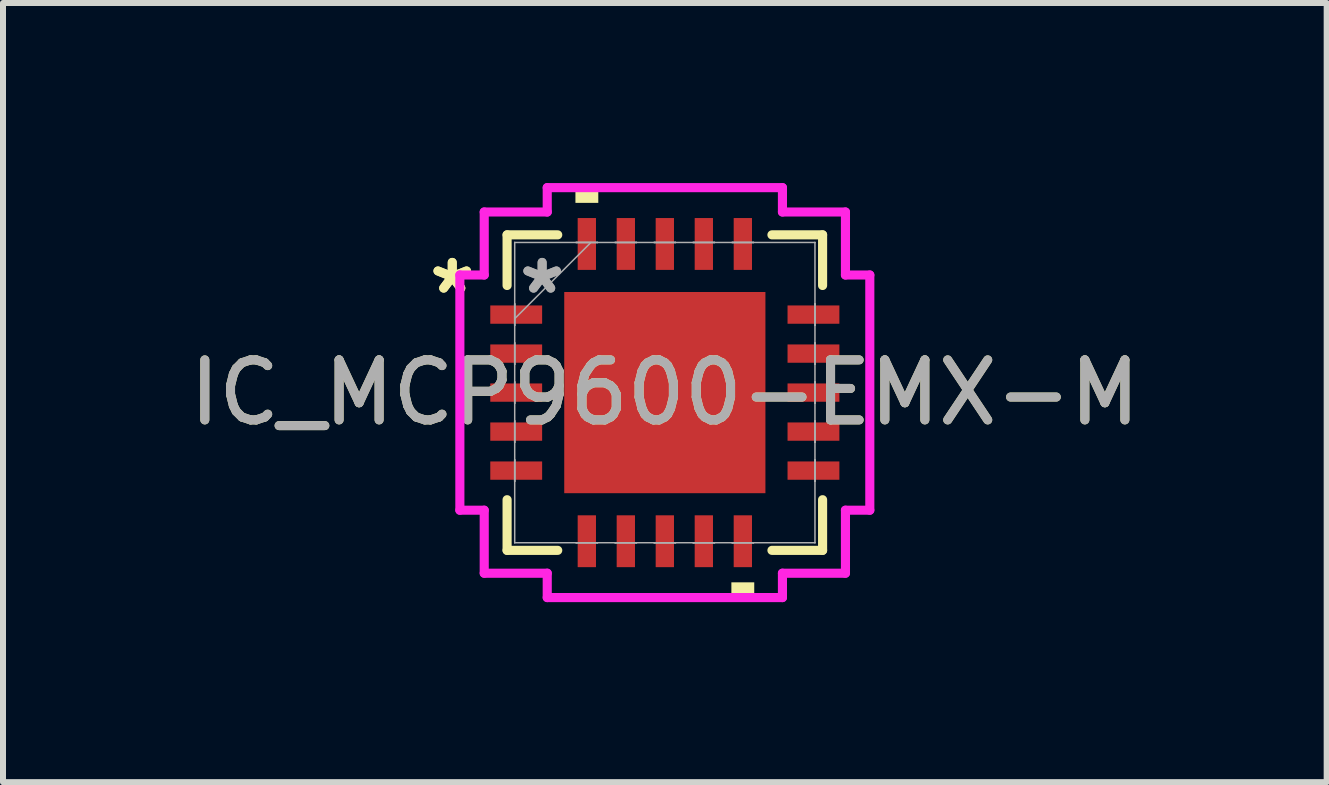
<source format=kicad_pcb>
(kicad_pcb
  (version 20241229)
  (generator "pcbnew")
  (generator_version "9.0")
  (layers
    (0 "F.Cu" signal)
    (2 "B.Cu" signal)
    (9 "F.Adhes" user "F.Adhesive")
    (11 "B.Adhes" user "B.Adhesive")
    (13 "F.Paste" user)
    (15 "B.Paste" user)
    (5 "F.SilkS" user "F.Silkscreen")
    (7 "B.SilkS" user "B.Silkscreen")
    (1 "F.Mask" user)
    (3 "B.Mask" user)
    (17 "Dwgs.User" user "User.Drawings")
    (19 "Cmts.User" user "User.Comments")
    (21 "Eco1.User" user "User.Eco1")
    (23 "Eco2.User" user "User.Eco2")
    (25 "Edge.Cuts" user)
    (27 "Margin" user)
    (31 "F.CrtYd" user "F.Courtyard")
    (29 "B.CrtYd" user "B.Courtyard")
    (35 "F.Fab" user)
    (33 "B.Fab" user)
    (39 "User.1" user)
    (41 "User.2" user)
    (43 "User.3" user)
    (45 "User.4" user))
  (footprint "IC_MCP9600-EMX-M"
    (layer "F.Cu")
    (at 8.03 3.493)
    (property "Reference" "IC_MCP9600-EMX-M" (at 0 0 0) (unlocked yes) (layer "F.SilkS") (effects (font (size 1 1) (thickness 0.15))))
    (attr smd)
    (fp_line (start -2.629 -2.629) (end -2.629 -1.785) (stroke (width 0.152) (type solid)) (layer "F.SilkS"))
    (fp_line (start -2.629 1.785) (end -2.629 2.629) (stroke (width 0.152) (type solid)) (layer "F.SilkS"))
    (fp_line (start -2.629 2.629) (end -1.785 2.629) (stroke (width 0.152) (type solid)) (layer "F.SilkS"))
    (fp_line (start -1.785 -2.629) (end -2.629 -2.629) (stroke (width 0.152) (type solid)) (layer "F.SilkS"))
    (fp_line (start 1.785 2.629) (end 2.629 2.629) (stroke (width 0.152) (type solid)) (layer "F.SilkS"))
    (fp_line (start 2.629 -2.629) (end 1.785 -2.629) (stroke (width 0.152) (type solid)) (layer "F.SilkS"))
    (fp_line (start 2.629 -1.785) (end 2.629 -2.629) (stroke (width 0.152) (type solid)) (layer "F.SilkS"))
    (fp_line (start 2.629 2.629) (end 2.629 1.785) (stroke (width 0.152) (type solid)) (layer "F.SilkS"))
    (fp_poly (pts (xy -1.49 -3.162) (xy -1.49 -3.416) (xy -1.109 -3.416) (xy -1.109 -3.162)) (stroke (width 0) (type solid)) (fill yes) (layer "F.SilkS"))
    (fp_poly (pts (xy 1.109 3.162) (xy 1.109 3.416) (xy 1.49 3.416) (xy 1.49 3.162)) (stroke (width 0) (type solid)) (fill yes) (layer "F.SilkS"))
    (fp_poly (pts (xy -1.576 -1.576) (xy -1.576 -0.1) (xy -0.1 -0.1) (xy -0.1 -1.576)) (stroke (width 0) (type solid)) (fill yes) (layer "F.Paste"))
    (fp_poly (pts (xy -1.576 0.1) (xy -1.576 1.576) (xy -0.1 1.576) (xy -0.1 0.1)) (stroke (width 0) (type solid)) (fill yes) (layer "F.Paste"))
    (fp_poly (pts (xy 0.1 -1.576) (xy 0.1 -0.1) (xy 1.576 -0.1) (xy 1.576 -1.576)) (stroke (width 0) (type solid)) (fill yes) (layer "F.Paste"))
    (fp_poly (pts (xy 0.1 0.1) (xy 0.1 1.576) (xy 1.576 1.576) (xy 1.576 0.1)) (stroke (width 0) (type solid)) (fill yes) (layer "F.Paste"))
    (fp_line (start -3.416 -1.96) (end -3.01 -1.96) (stroke (width 0.152) (type solid)) (layer "F.CrtYd"))
    (fp_line (start -3.416 1.96) (end -3.416 -1.96) (stroke (width 0.152) (type solid)) (layer "F.CrtYd"))
    (fp_line (start -3.01 -3.01) (end -1.96 -3.01) (stroke (width 0.152) (type solid)) (layer "F.CrtYd"))
    (fp_line (start -3.01 -1.96) (end -3.01 -3.01) (stroke (width 0.152) (type solid)) (layer "F.CrtYd"))
    (fp_line (start -3.01 1.96) (end -3.416 1.96) (stroke (width 0.152) (type solid)) (layer "F.CrtYd"))
    (fp_line (start -3.01 3.01) (end -3.01 1.96) (stroke (width 0.152) (type solid)) (layer "F.CrtYd"))
    (fp_line (start -1.96 -3.416) (end 1.96 -3.416) (stroke (width 0.152) (type solid)) (layer "F.CrtYd"))
    (fp_line (start -1.96 -3.01) (end -1.96 -3.416) (stroke (width 0.152) (type solid)) (layer "F.CrtYd"))
    (fp_line (start -1.96 3.01) (end -3.01 3.01) (stroke (width 0.152) (type solid)) (layer "F.CrtYd"))
    (fp_line (start -1.96 3.416) (end -1.96 3.01) (stroke (width 0.152) (type solid)) (layer "F.CrtYd"))
    (fp_line (start 1.96 -3.416) (end 1.96 -3.01) (stroke (width 0.152) (type solid)) (layer "F.CrtYd"))
    (fp_line (start 1.96 -3.01) (end 3.01 -3.01) (stroke (width 0.152) (type solid)) (layer "F.CrtYd"))
    (fp_line (start 1.96 3.01) (end 1.96 3.416) (stroke (width 0.152) (type solid)) (layer "F.CrtYd"))
    (fp_line (start 1.96 3.416) (end -1.96 3.416) (stroke (width 0.152) (type solid)) (layer "F.CrtYd"))
    (fp_line (start 3.01 -3.01) (end 3.01 -1.96) (stroke (width 0.152) (type solid)) (layer "F.CrtYd"))
    (fp_line (start 3.01 -1.96) (end 3.416 -1.96) (stroke (width 0.152) (type solid)) (layer "F.CrtYd"))
    (fp_line (start 3.01 1.96) (end 3.01 3.01) (stroke (width 0.152) (type solid)) (layer "F.CrtYd"))
    (fp_line (start 3.01 3.01) (end 1.96 3.01) (stroke (width 0.152) (type solid)) (layer "F.CrtYd"))
    (fp_line (start 3.416 -1.96) (end 3.416 1.96) (stroke (width 0.152) (type solid)) (layer "F.CrtYd"))
    (fp_line (start 3.416 1.96) (end 3.01 1.96) (stroke (width 0.152) (type solid)) (layer "F.CrtYd"))
    (fp_line (start -2.502 -2.502) (end -2.502 -2.502) (stroke (width 0.025) (type solid)) (layer "F.Fab"))
    (fp_line (start -2.502 -2.502) (end -2.502 2.502) (stroke (width 0.025) (type solid)) (layer "F.Fab"))
    (fp_line (start -2.502 -1.478) (end -2.502 -1.478) (stroke (width 0.025) (type solid)) (layer "F.Fab"))
    (fp_line (start -2.502 -1.478) (end -2.502 -1.122) (stroke (width 0.025) (type solid)) (layer "F.Fab"))
    (fp_line (start -2.502 -1.232) (end -1.232 -2.502) (stroke (width 0.025) (type solid)) (layer "F.Fab"))
    (fp_line (start -2.502 -1.122) (end -2.502 -1.478) (stroke (width 0.025) (type solid)) (layer "F.Fab"))
    (fp_line (start -2.502 -1.122) (end -2.502 -1.122) (stroke (width 0.025) (type solid)) (layer "F.Fab"))
    (fp_line (start -2.502 -0.828) (end -2.502 -0.828) (stroke (width 0.025) (type solid)) (layer "F.Fab"))
    (fp_line (start -2.502 -0.828) (end -2.502 -0.472) (stroke (width 0.025) (type solid)) (layer "F.Fab"))
    (fp_line (start -2.502 -0.472) (end -2.502 -0.828) (stroke (width 0.025) (type solid)) (layer "F.Fab"))
    (fp_line (start -2.502 -0.472) (end -2.502 -0.472) (stroke (width 0.025) (type solid)) (layer "F.Fab"))
    (fp_line (start -2.502 -0.178) (end -2.502 -0.178) (stroke (width 0.025) (type solid)) (layer "F.Fab"))
    (fp_line (start -2.502 -0.178) (end -2.502 0.178) (stroke (width 0.025) (type solid)) (layer "F.Fab"))
    (fp_line (start -2.502 0.178) (end -2.502 -0.178) (stroke (width 0.025) (type solid)) (layer "F.Fab"))
    (fp_line (start -2.502 0.178) (end -2.502 0.178) (stroke (width 0.025) (type solid)) (layer "F.Fab"))
    (fp_line (start -2.502 0.472) (end -2.502 0.472) (stroke (width 0.025) (type solid)) (layer "F.Fab"))
    (fp_line (start -2.502 0.472) (end -2.502 0.828) (stroke (width 0.025) (type solid)) (layer "F.Fab"))
    (fp_line (start -2.502 0.828) (end -2.502 0.472) (stroke (width 0.025) (type solid)) (layer "F.Fab"))
    (fp_line (start -2.502 0.828) (end -2.502 0.828) (stroke (width 0.025) (type solid)) (layer "F.Fab"))
    (fp_line (start -2.502 1.122) (end -2.502 1.122) (stroke (width 0.025) (type solid)) (layer "F.Fab"))
    (fp_line (start -2.502 1.122) (end -2.502 1.478) (stroke (width 0.025) (type solid)) (layer "F.Fab"))
    (fp_line (start -2.502 1.478) (end -2.502 1.122) (stroke (width 0.025) (type solid)) (layer "F.Fab"))
    (fp_line (start -2.502 1.478) (end -2.502 1.478) (stroke (width 0.025) (type solid)) (layer "F.Fab"))
    (fp_line (start -2.502 2.502) (end -2.502 2.502) (stroke (width 0.025) (type solid)) (layer "F.Fab"))
    (fp_line (start -2.502 2.502) (end 2.502 2.502) (stroke (width 0.025) (type solid)) (layer "F.Fab"))
    (fp_line (start -1.478 -2.502) (end -1.478 -2.502) (stroke (width 0.025) (type solid)) (layer "F.Fab"))
    (fp_line (start -1.478 -2.502) (end -1.122 -2.502) (stroke (width 0.025) (type solid)) (layer "F.Fab"))
    (fp_line (start -1.478 2.502) (end -1.478 2.502) (stroke (width 0.025) (type solid)) (layer "F.Fab"))
    (fp_line (start -1.478 2.502) (end -1.122 2.502) (stroke (width 0.025) (type solid)) (layer "F.Fab"))
    (fp_line (start -1.122 -2.502) (end -1.478 -2.502) (stroke (width 0.025) (type solid)) (layer "F.Fab"))
    (fp_line (start -1.122 -2.502) (end -1.122 -2.502) (stroke (width 0.025) (type solid)) (layer "F.Fab"))
    (fp_line (start -1.122 2.502) (end -1.478 2.502) (stroke (width 0.025) (type solid)) (layer "F.Fab"))
    (fp_line (start -1.122 2.502) (end -1.122 2.502) (stroke (width 0.025) (type solid)) (layer "F.Fab"))
    (fp_line (start -0.828 -2.502) (end -0.828 -2.502) (stroke (width 0.025) (type solid)) (layer "F.Fab"))
    (fp_line (start -0.828 -2.502) (end -0.472 -2.502) (stroke (width 0.025) (type solid)) (layer "F.Fab"))
    (fp_line (start -0.828 2.502) (end -0.828 2.502) (stroke (width 0.025) (type solid)) (layer "F.Fab"))
    (fp_line (start -0.828 2.502) (end -0.472 2.502) (stroke (width 0.025) (type solid)) (layer "F.Fab"))
    (fp_line (start -0.472 -2.502) (end -0.828 -2.502) (stroke (width 0.025) (type solid)) (layer "F.Fab"))
    (fp_line (start -0.472 -2.502) (end -0.472 -2.502) (stroke (width 0.025) (type solid)) (layer "F.Fab"))
    (fp_line (start -0.472 2.502) (end -0.828 2.502) (stroke (width 0.025) (type solid)) (layer "F.Fab"))
    (fp_line (start -0.472 2.502) (end -0.472 2.502) (stroke (width 0.025) (type solid)) (layer "F.Fab"))
    (fp_line (start -0.178 -2.502) (end -0.178 -2.502) (stroke (width 0.025) (type solid)) (layer "F.Fab"))
    (fp_line (start -0.178 -2.502) (end 0.178 -2.502) (stroke (width 0.025) (type solid)) (layer "F.Fab"))
    (fp_line (start -0.178 2.502) (end -0.178 2.502) (stroke (width 0.025) (type solid)) (layer "F.Fab"))
    (fp_line (start -0.178 2.502) (end 0.178 2.502) (stroke (width 0.025) (type solid)) (layer "F.Fab"))
    (fp_line (start 0.178 -2.502) (end -0.178 -2.502) (stroke (width 0.025) (type solid)) (layer "F.Fab"))
    (fp_line (start 0.178 -2.502) (end 0.178 -2.502) (stroke (width 0.025) (type solid)) (layer "F.Fab"))
    (fp_line (start 0.178 2.502) (end -0.178 2.502) (stroke (width 0.025) (type solid)) (layer "F.Fab"))
    (fp_line (start 0.178 2.502) (end 0.178 2.502) (stroke (width 0.025) (type solid)) (layer "F.Fab"))
    (fp_line (start 0.472 -2.502) (end 0.472 -2.502) (stroke (width 0.025) (type solid)) (layer "F.Fab"))
    (fp_line (start 0.472 -2.502) (end 0.828 -2.502) (stroke (width 0.025) (type solid)) (layer "F.Fab"))
    (fp_line (start 0.472 2.502) (end 0.472 2.502) (stroke (width 0.025) (type solid)) (layer "F.Fab"))
    (fp_line (start 0.472 2.502) (end 0.828 2.502) (stroke (width 0.025) (type solid)) (layer "F.Fab"))
    (fp_line (start 0.828 -2.502) (end 0.472 -2.502) (stroke (width 0.025) (type solid)) (layer "F.Fab"))
    (fp_line (start 0.828 -2.502) (end 0.828 -2.502) (stroke (width 0.025) (type solid)) (layer "F.Fab"))
    (fp_line (start 0.828 2.502) (end 0.472 2.502) (stroke (width 0.025) (type solid)) (layer "F.Fab"))
    (fp_line (start 0.828 2.502) (end 0.828 2.502) (stroke (width 0.025) (type solid)) (layer "F.Fab"))
    (fp_line (start 1.122 -2.502) (end 1.122 -2.502) (stroke (width 0.025) (type solid)) (layer "F.Fab"))
    (fp_line (start 1.122 -2.502) (end 1.478 -2.502) (stroke (width 0.025) (type solid)) (layer "F.Fab"))
    (fp_line (start 1.122 2.502) (end 1.122 2.502) (stroke (width 0.025) (type solid)) (layer "F.Fab"))
    (fp_line (start 1.122 2.502) (end 1.478 2.502) (stroke (width 0.025) (type solid)) (layer "F.Fab"))
    (fp_line (start 1.478 -2.502) (end 1.122 -2.502) (stroke (width 0.025) (type solid)) (layer "F.Fab"))
    (fp_line (start 1.478 -2.502) (end 1.478 -2.502) (stroke (width 0.025) (type solid)) (layer "F.Fab"))
    (fp_line (start 1.478 2.502) (end 1.122 2.502) (stroke (width 0.025) (type solid)) (layer "F.Fab"))
    (fp_line (start 1.478 2.502) (end 1.478 2.502) (stroke (width 0.025) (type solid)) (layer "F.Fab"))
    (fp_line (start 2.502 -2.502) (end -2.502 -2.502) (stroke (width 0.025) (type solid)) (layer "F.Fab"))
    (fp_line (start 2.502 -2.502) (end 2.502 -2.502) (stroke (width 0.025) (type solid)) (layer "F.Fab"))
    (fp_line (start 2.502 -1.478) (end 2.502 -1.478) (stroke (width 0.025) (type solid)) (layer "F.Fab"))
    (fp_line (start 2.502 -1.478) (end 2.502 -1.122) (stroke (width 0.025) (type solid)) (layer "F.Fab"))
    (fp_line (start 2.502 -1.122) (end 2.502 -1.478) (stroke (width 0.025) (type solid)) (layer "F.Fab"))
    (fp_line (start 2.502 -1.122) (end 2.502 -1.122) (stroke (width 0.025) (type solid)) (layer "F.Fab"))
    (fp_line (start 2.502 -0.828) (end 2.502 -0.828) (stroke (width 0.025) (type solid)) (layer "F.Fab"))
    (fp_line (start 2.502 -0.828) (end 2.502 -0.472) (stroke (width 0.025) (type solid)) (layer "F.Fab"))
    (fp_line (start 2.502 -0.472) (end 2.502 -0.828) (stroke (width 0.025) (type solid)) (layer "F.Fab"))
    (fp_line (start 2.502 -0.472) (end 2.502 -0.472) (stroke (width 0.025) (type solid)) (layer "F.Fab"))
    (fp_line (start 2.502 -0.178) (end 2.502 -0.178) (stroke (width 0.025) (type solid)) (layer "F.Fab"))
    (fp_line (start 2.502 -0.178) (end 2.502 0.178) (stroke (width 0.025) (type solid)) (layer "F.Fab"))
    (fp_line (start 2.502 0.178) (end 2.502 -0.178) (stroke (width 0.025) (type solid)) (layer "F.Fab"))
    (fp_line (start 2.502 0.178) (end 2.502 0.178) (stroke (width 0.025) (type solid)) (layer "F.Fab"))
    (fp_line (start 2.502 0.472) (end 2.502 0.472) (stroke (width 0.025) (type solid)) (layer "F.Fab"))
    (fp_line (start 2.502 0.472) (end 2.502 0.828) (stroke (width 0.025) (type solid)) (layer "F.Fab"))
    (fp_line (start 2.502 0.828) (end 2.502 0.472) (stroke (width 0.025) (type solid)) (layer "F.Fab"))
    (fp_line (start 2.502 0.828) (end 2.502 0.828) (stroke (width 0.025) (type solid)) (layer "F.Fab"))
    (fp_line (start 2.502 1.122) (end 2.502 1.122) (stroke (width 0.025) (type solid)) (layer "F.Fab"))
    (fp_line (start 2.502 1.122) (end 2.502 1.478) (stroke (width 0.025) (type solid)) (layer "F.Fab"))
    (fp_line (start 2.502 1.478) (end 2.502 1.122) (stroke (width 0.025) (type solid)) (layer "F.Fab"))
    (fp_line (start 2.502 1.478) (end 2.502 1.478) (stroke (width 0.025) (type solid)) (layer "F.Fab"))
    (fp_line (start 2.502 2.502) (end 2.502 -2.502) (stroke (width 0.025) (type solid)) (layer "F.Fab"))
    (fp_line (start 2.502 2.502) (end 2.502 2.502) (stroke (width 0.025) (type solid)) (layer "F.Fab"))
    (fp_text user "*" (at -3.543 -1.625 0) (layer "F.SilkS") (effects (font (size 1 1) (thickness 0.15))))
    (fp_text user "*" (at -3.543 -1.625 0) (unlocked yes) (layer "F.SilkS") (effects (font (size 1 1) (thickness 0.15))))
    (fp_text user "${REFERENCE}" (at 0 0 0) (unlocked yes) (layer "F.Fab") (effects (font (size 1 1) (thickness 0.15))))
    (fp_text user "*" (at -2.045 -1.625 0) (unlocked yes) (layer "F.Fab") (effects (font (size 1 1) (thickness 0.15))))
    (fp_text user "*" (at -2.045 -1.625 0) (layer "F.Fab") (effects (font (size 1 1) (thickness 0.15))))
    (pad "1" smd rect (at -2.477 -1.3 90) (size 0.305 0.864) (layers "F.Cu" "F.Mask" "F.Paste"))
    (pad "2" smd rect (at -2.477 -0.65 90) (size 0.305 0.864) (layers "F.Cu" "F.Mask" "F.Paste"))
    (pad "3" smd rect (at -2.477 0 90) (size 0.305 0.864) (layers "F.Cu" "F.Mask" "F.Paste"))
    (pad "4" smd rect (at -2.477 0.65 90) (size 0.305 0.864) (layers "F.Cu" "F.Mask" "F.Paste"))
    (pad "5" smd rect (at -2.477 1.3 90) (size 0.305 0.864) (layers "F.Cu" "F.Mask" "F.Paste"))
    (pad "6" smd rect (at -1.3 2.477) (size 0.305 0.864) (layers "F.Cu" "F.Mask" "F.Paste"))
    (pad "7" smd rect (at -0.65 2.477) (size 0.305 0.864) (layers "F.Cu" "F.Mask" "F.Paste"))
    (pad "8" smd rect (at 0 2.477) (size 0.305 0.864) (layers "F.Cu" "F.Mask" "F.Paste"))
    (pad "9" smd rect (at 0.65 2.477) (size 0.305 0.864) (layers "F.Cu" "F.Mask" "F.Paste"))
    (pad "10" smd rect (at 1.3 2.477) (size 0.305 0.864) (layers "F.Cu" "F.Mask" "F.Paste"))
    (pad "11" smd rect (at 2.477 1.3 90) (size 0.305 0.864) (layers "F.Cu" "F.Mask" "F.Paste"))
    (pad "12" smd rect (at 2.477 0.65 90) (size 0.305 0.864) (layers "F.Cu" "F.Mask" "F.Paste"))
    (pad "13" smd rect (at 2.477 0 90) (size 0.305 0.864) (layers "F.Cu" "F.Mask" "F.Paste"))
    (pad "14" smd rect (at 2.477 -0.65 90) (size 0.305 0.864) (layers "F.Cu" "F.Mask" "F.Paste"))
    (pad "15" smd rect (at 2.477 -1.3 90) (size 0.305 0.864) (layers "F.Cu" "F.Mask" "F.Paste"))
    (pad "16" smd rect (at 1.3 -2.477) (size 0.305 0.864) (layers "F.Cu" "F.Mask" "F.Paste"))
    (pad "17" smd rect (at 0.65 -2.477) (size 0.305 0.864) (layers "F.Cu" "F.Mask" "F.Paste"))
    (pad "18" smd rect (at 0 -2.477) (size 0.305 0.864) (layers "F.Cu" "F.Mask" "F.Paste"))
    (pad "19" smd rect (at -0.65 -2.477) (size 0.305 0.864) (layers "F.Cu" "F.Mask" "F.Paste"))
    (pad "20" smd rect (at -1.3 -2.477) (size 0.305 0.864) (layers "F.Cu" "F.Mask" "F.Paste"))
    (pad "21" smd rect (at 0 0) (size 3.353 3.353) (layers "F.Cu" "F.Mask" "F.Paste")))
  (gr_rect
    (start -3 -3)
    (end 19.06 9.985)
    (stroke (width 0.1) (type default))
    (fill no)
    (layer "Edge.Cuts")))
</source>
